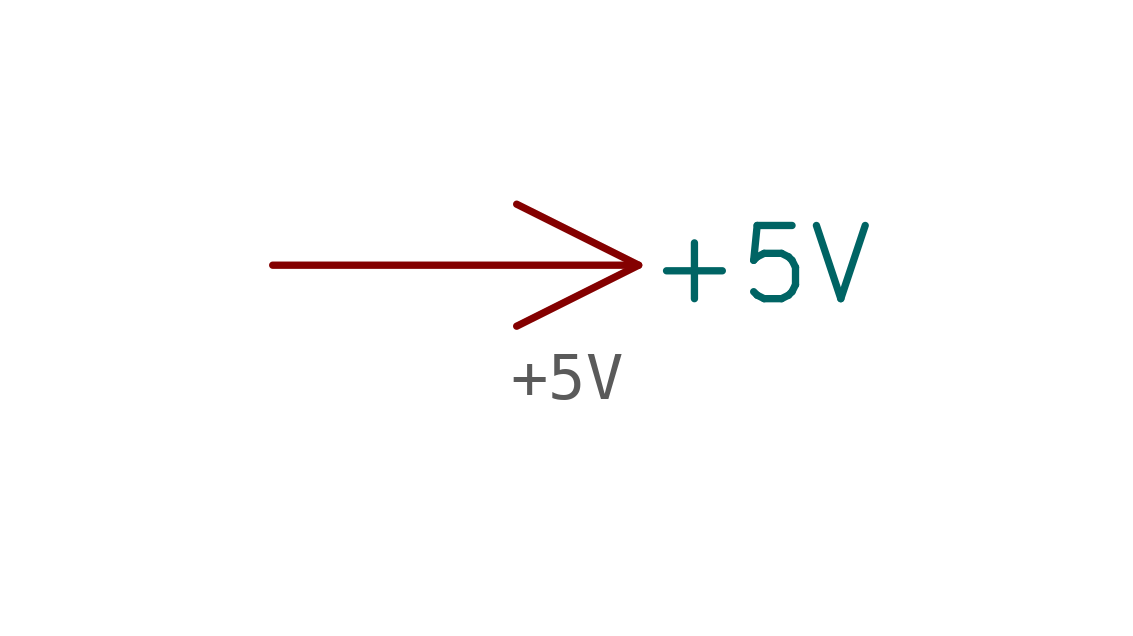
<source format=kicad_sym>
(kicad_symbol_lib
  (version 20220914)
  (generator kicad_symbol_editor)
  (symbol "+5V"
    (power)
    (pin_numbers hide)
    (pin_names
      (offset 0))
    (property "Reference" ""
      (at 2.54 -1.27 0)
      (effects (font (size 1.524 1.524)) hide))
    (property "Value" "+5V"
      (at 10.16 0 0)
      (do_not_autoplace)
      (effects (font (size 1.524 1.524))))
    (property "Footprint" ""
      (at 0 0 0)
      (effects (font (size 1.524 1.524))))
    (property "Datasheet" ""
      (at 0 0 0)
      (effects (font (size 1.524 1.524))))
    (symbol "+5V_0_1"
      (polyline (pts (xy 0 0) (xy 7.62 0)) (stroke (width 0) (type solid)) (fill (type none)))
      (polyline (pts (xy 5.08 1.27) (xy 7.62 0) (xy 5.08 -1.27)) (stroke (width 0) (type solid)) (fill (type none))))
    (symbol "+5V_1_1"
      (pin power_in line (at 0 0 0) (length 5.08) hide (name "+5V" (effects (font (size 1.27 1.27)))) (number "~" (effects (font (size 1.27 1.27))))))))
</source>
